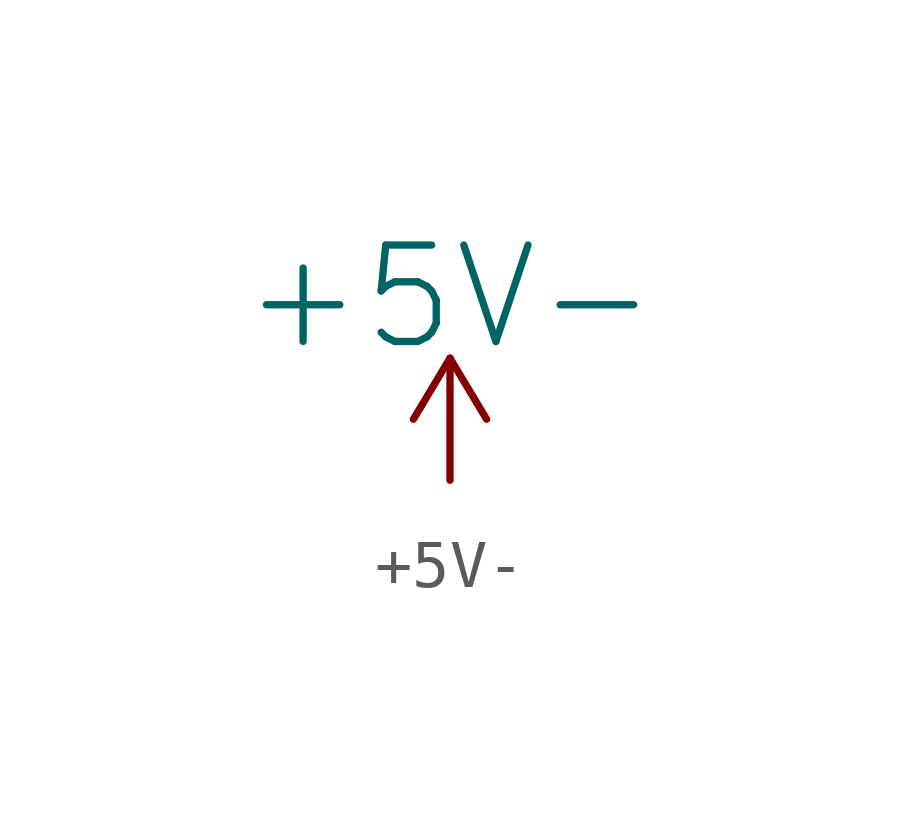
<source format=kicad_sym>
(kicad_symbol_lib
  (version 20220914)
  (generator kicad_symbol_editor)
  (symbol "+5V-"
    (power)
    (pin_names
      (offset 0))
    (property "Reference" "#PWR"
      (at 0 -3.81 0)
      (effects (font (size 1.27 1.27)) hide))
    (property "Value" "+5V-"
      (at 0 3.81 0)
      (effects (font (size 2.007 2.007))))
    (symbol "+5V-_0_1"
      (polyline (pts (xy -0.762 1.27) (xy 0 2.54)) (stroke (width 0) (type solid)) (fill (type none)))
      (polyline (pts (xy 0 0) (xy 0 2.54)) (stroke (width 0) (type solid)) (fill (type none)))
      (polyline (pts (xy 0 2.54) (xy 0.762 1.27)) (stroke (width 0) (type solid)) (fill (type none))))
    (symbol "+5V-_1_1"
      (pin power_in line (at 0 0 90) (length 0) hide (name "+5V" (effects (font (size 1.27 1.27)))) (number "1" (effects (font (size 1.27 1.27))))))))
</source>
